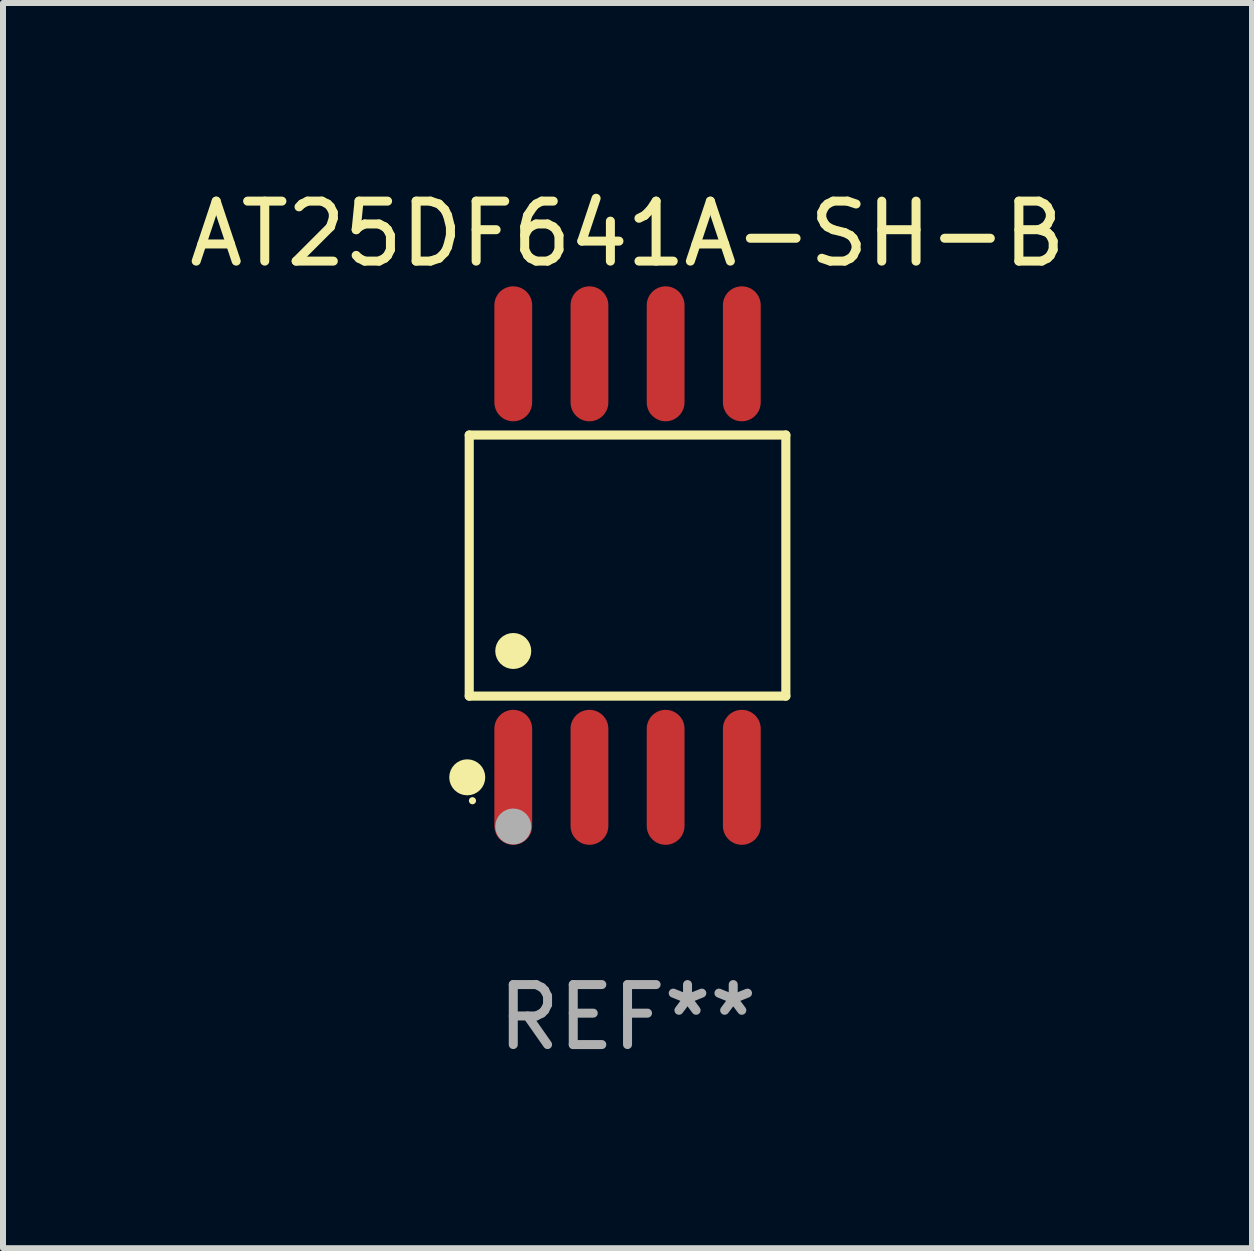
<source format=kicad_pcb>
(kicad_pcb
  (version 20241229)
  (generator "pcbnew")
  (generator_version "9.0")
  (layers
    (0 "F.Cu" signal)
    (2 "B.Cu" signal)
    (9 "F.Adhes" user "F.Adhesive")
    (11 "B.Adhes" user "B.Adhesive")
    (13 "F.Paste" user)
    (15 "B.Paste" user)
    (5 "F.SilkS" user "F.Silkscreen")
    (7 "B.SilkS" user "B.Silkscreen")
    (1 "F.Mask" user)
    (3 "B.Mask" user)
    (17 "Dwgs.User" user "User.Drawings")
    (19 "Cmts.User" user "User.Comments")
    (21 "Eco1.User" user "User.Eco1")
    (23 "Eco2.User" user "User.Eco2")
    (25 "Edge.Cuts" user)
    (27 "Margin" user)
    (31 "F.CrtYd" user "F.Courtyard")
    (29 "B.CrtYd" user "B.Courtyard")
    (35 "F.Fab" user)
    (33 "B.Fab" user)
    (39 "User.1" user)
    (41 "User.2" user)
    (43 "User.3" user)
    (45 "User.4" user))
  (footprint "AT25DF641A-SH-B"
    (layer "F.Cu")
    (at 7.411 6.378)
    (property "Reference" "AT25DF641A-SH-B" (at 0 -5.53 0) (layer "F.SilkS") (effects (font (size 1 1) (thickness 0.15))))
    (attr through_hole)
    (fp_line (start -2.639 -2.176) (end 2.639 -2.176) (stroke (width 0.152) (type solid)) (layer "F.SilkS"))
    (fp_line (start -2.639 2.176) (end -2.639 -2.176) (stroke (width 0.152) (type solid)) (layer "F.SilkS"))
    (fp_line (start 2.639 -2.176) (end 2.639 2.176) (stroke (width 0.152) (type solid)) (layer "F.SilkS"))
    (fp_line (start 2.639 2.176) (end -2.639 2.176) (stroke (width 0.152) (type solid)) (layer "F.SilkS"))
    (fp_circle (center -2.672 3.53) (end -2.522 3.53) (stroke (width 0.3) (type solid)) (fill no) (layer "F.SilkS"))
    (fp_circle (center -2.585 3.92) (end -2.555 3.92) (stroke (width 0.06) (type solid)) (fill no) (layer "F.SilkS"))
    (fp_circle (center -1.905 1.424) (end -1.755 1.424) (stroke (width 0.3) (type solid)) (fill no) (layer "F.SilkS"))
    (fp_circle (center -1.905 4.35) (end -1.755 4.35) (stroke (width 0.3) (type solid)) (fill no) (layer "F.Fab"))
    (fp_text user "REF**" (at 0 7.53 0) (layer "F.Fab") (effects (font (size 1 1) (thickness 0.15))))
    (pad "1" smd oval (at -1.905 3.53) (size 0.63 2.25) (layers "F.Cu" "F.Mask" "F.Paste"))
    (pad "2" smd oval (at -0.635 3.53) (size 0.63 2.25) (layers "F.Cu" "F.Mask" "F.Paste"))
    (pad "3" smd oval (at 0.635 3.53) (size 0.63 2.25) (layers "F.Cu" "F.Mask" "F.Paste"))
    (pad "4" smd oval (at 1.905 3.53) (size 0.63 2.25) (layers "F.Cu" "F.Mask" "F.Paste"))
    (pad "5" smd oval (at 1.905 -3.53) (size 0.63 2.25) (layers "F.Cu" "F.Mask" "F.Paste"))
    (pad "6" smd oval (at 0.635 -3.53) (size 0.63 2.25) (layers "F.Cu" "F.Mask" "F.Paste"))
    (pad "7" smd oval (at -0.635 -3.53) (size 0.63 2.25) (layers "F.Cu" "F.Mask" "F.Paste"))
    (pad "8" smd oval (at -1.905 -3.53) (size 0.63 2.25) (layers "F.Cu" "F.Mask" "F.Paste")))
  (gr_rect
    (start -3 -3)
    (end 17.821 17.757)
    (stroke (width 0.1) (type default))
    (fill no)
    (layer "Edge.Cuts")))
</source>
